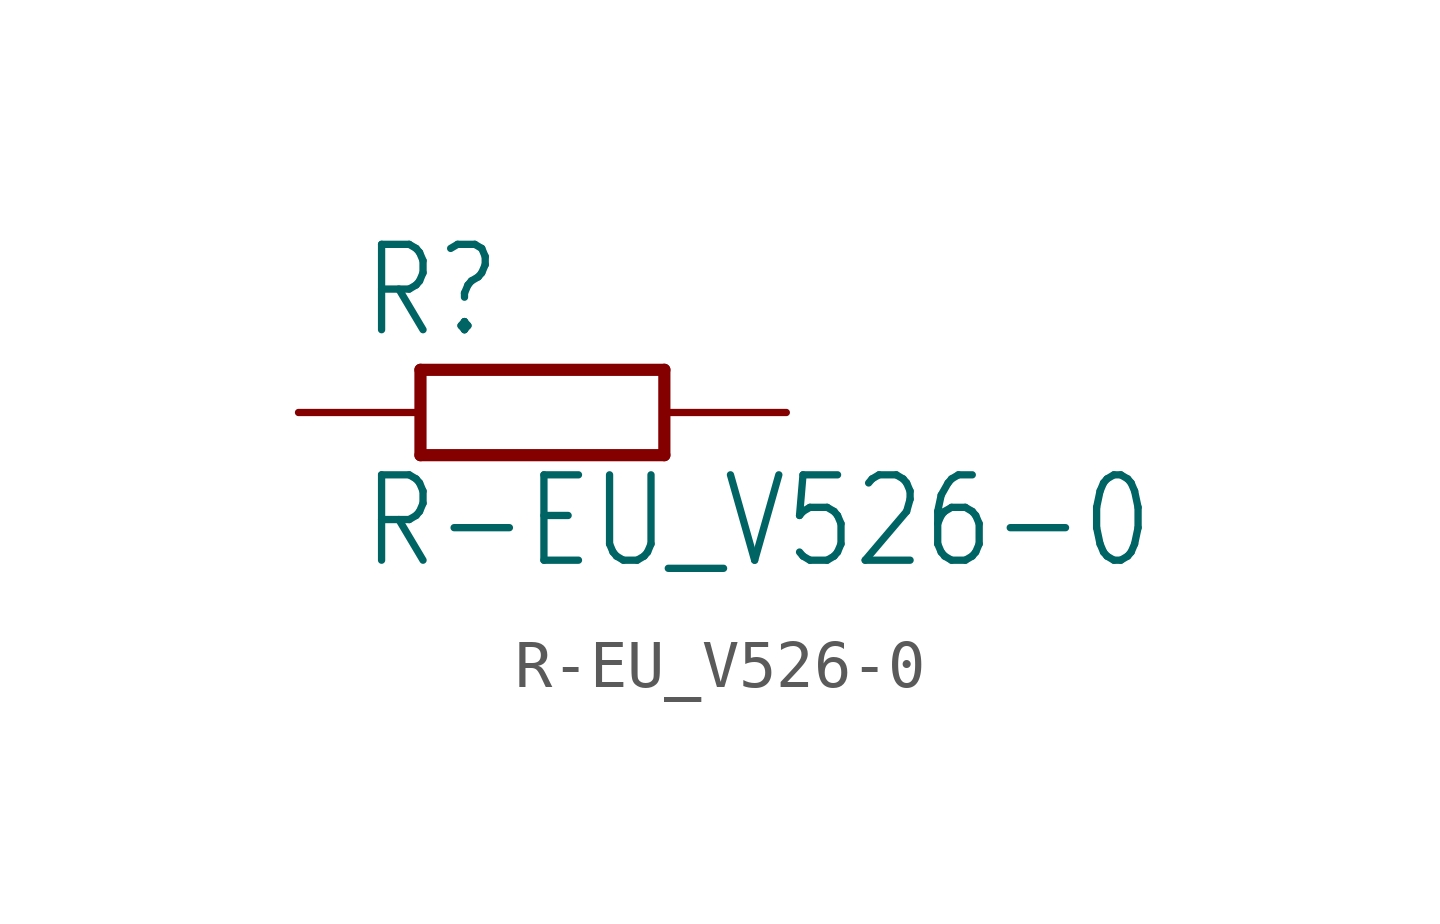
<source format=kicad_sym>
(kicad_symbol_lib
  (version 20220331)
  (generator kicad_symbol_editor)
  (symbol "R-EU_V526-0"
    (property "Reference" "R"
      (at -3.81 1.499 0)
      (effects (font (size 1.778 1.511)) (justify left bottom)))
    (property "Value" "R-EU_V526-0"
      (at -3.81 -3.302 0)
      (effects (font (size 1.778 1.511)) (justify left bottom)))
    (property "ki_locked" ""
      (at 0 0 0)
      (effects (font (size 1.27 1.27))))
    (symbol "R-EU_V526-0_1_0"
      (polyline (pts (xy -2.54 -0.889) (xy -2.54 0.889)) (stroke (width 0.254) (type solid)) (fill (type none)))
      (polyline (pts (xy -2.54 -0.889) (xy 2.54 -0.889)) (stroke (width 0.254) (type solid)) (fill (type none)))
      (polyline (pts (xy 2.54 -0.889) (xy 2.54 0.889)) (stroke (width 0.254) (type solid)) (fill (type none)))
      (polyline (pts (xy 2.54 0.889) (xy -2.54 0.889)) (stroke (width 0.254) (type solid)) (fill (type none)))
      (pin passive line (at -5.08 0 0) (length 2.54) (name "1" (effects (font (size 0 0)))) (number "1" (effects (font (size 0 0)))))
      (pin passive line (at 5.08 0 180) (length 2.54) (name "2" (effects (font (size 0 0)))) (number "2" (effects (font (size 0 0))))))))
</source>
